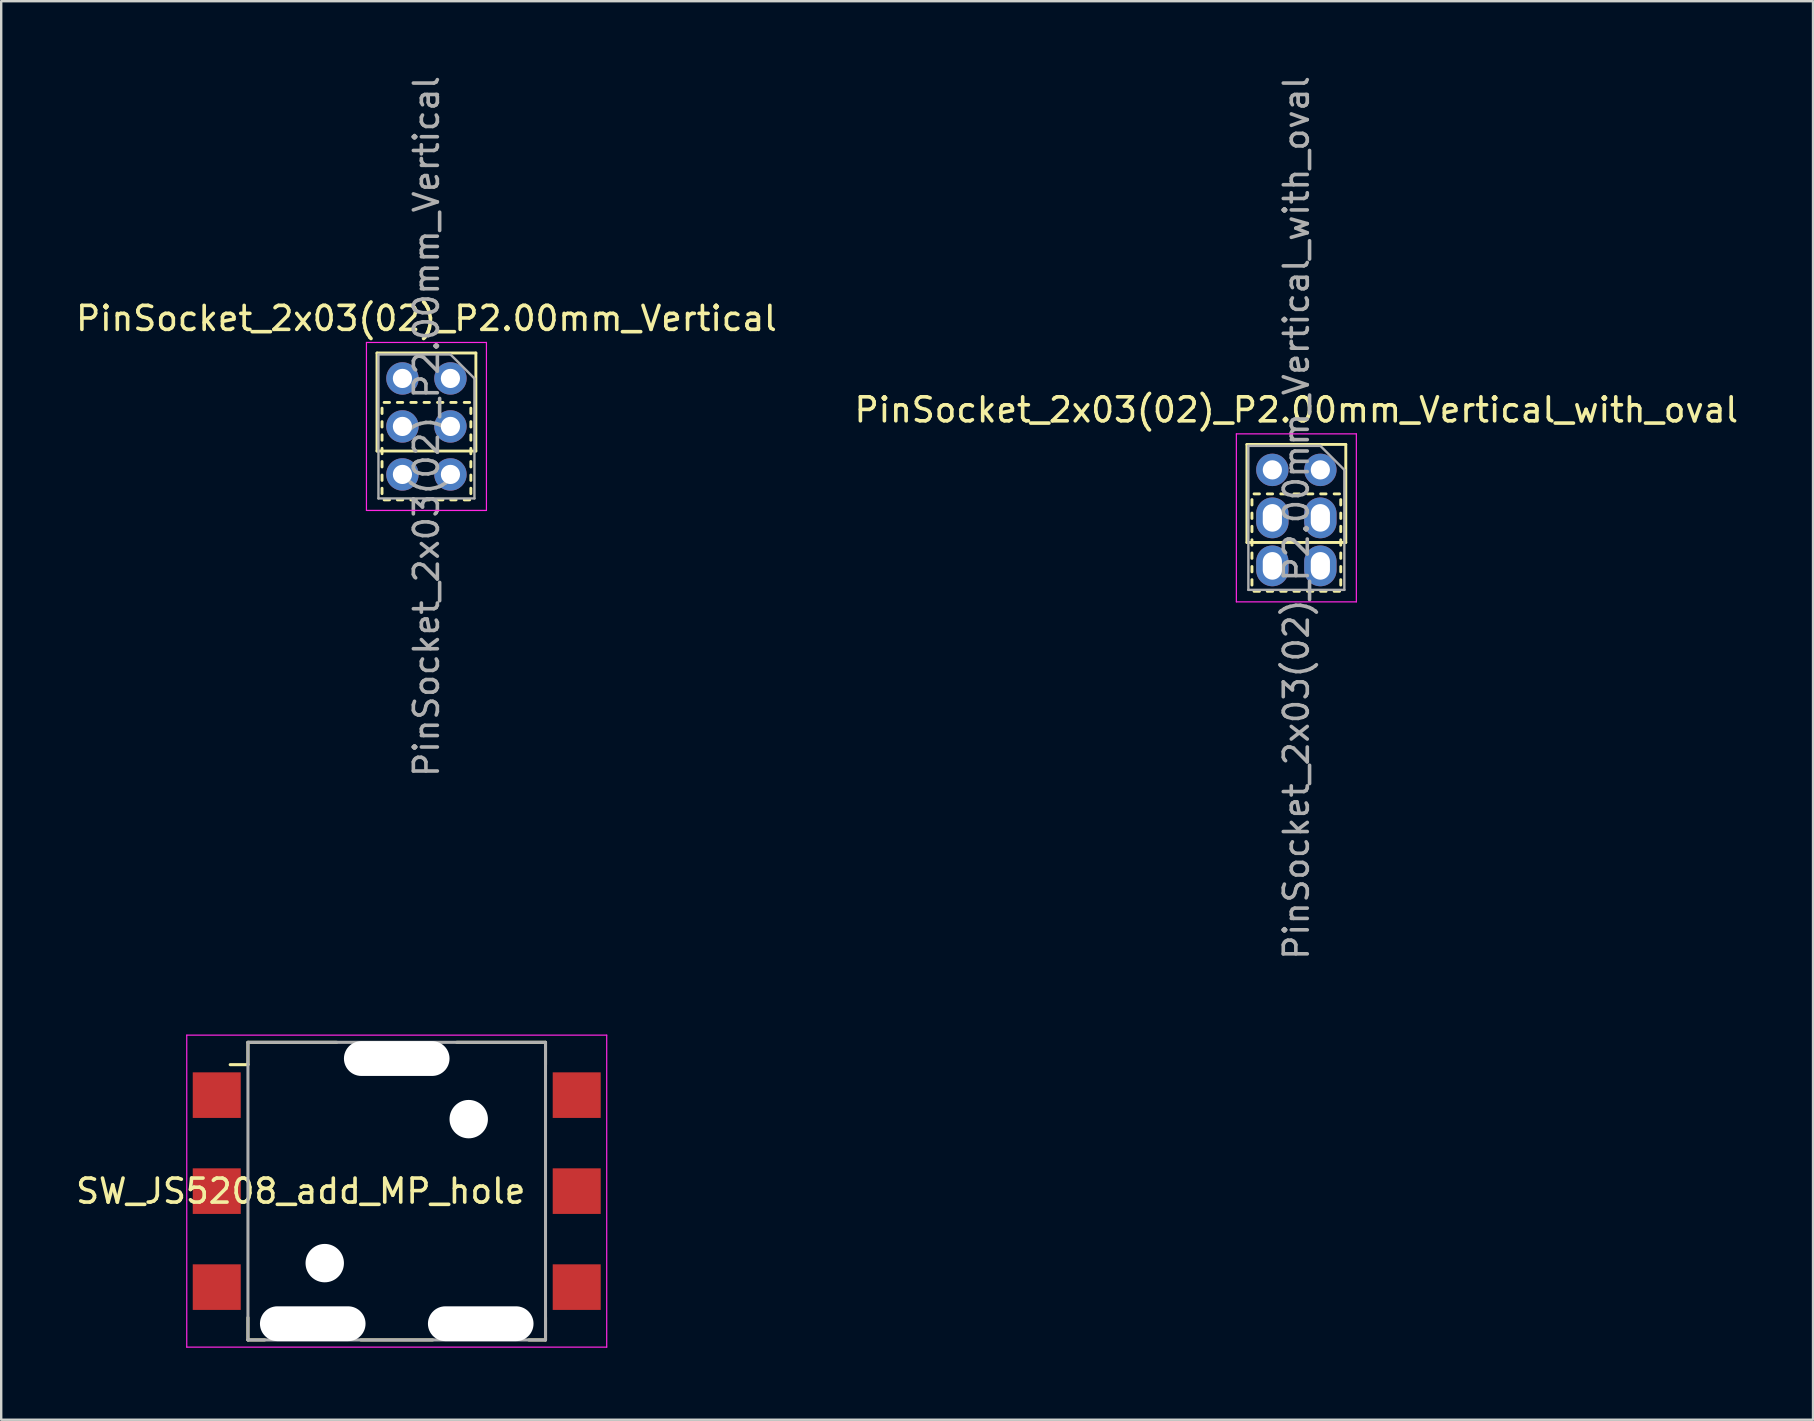
<source format=kicad_pcb>
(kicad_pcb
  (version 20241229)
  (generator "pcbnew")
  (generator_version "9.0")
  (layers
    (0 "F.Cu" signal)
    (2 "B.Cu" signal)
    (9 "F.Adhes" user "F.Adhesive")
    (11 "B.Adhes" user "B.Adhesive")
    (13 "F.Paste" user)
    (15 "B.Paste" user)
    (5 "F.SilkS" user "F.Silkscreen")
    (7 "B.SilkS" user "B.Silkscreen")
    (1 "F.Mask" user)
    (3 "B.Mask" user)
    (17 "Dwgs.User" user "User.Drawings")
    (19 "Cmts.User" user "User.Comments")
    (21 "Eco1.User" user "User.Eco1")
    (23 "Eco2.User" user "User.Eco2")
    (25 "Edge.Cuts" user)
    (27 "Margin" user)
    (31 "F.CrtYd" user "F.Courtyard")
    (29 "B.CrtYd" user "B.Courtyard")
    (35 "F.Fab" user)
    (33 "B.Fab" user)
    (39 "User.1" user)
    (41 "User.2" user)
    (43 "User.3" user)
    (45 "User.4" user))
  (footprint "SW_JS5208_add_MP_hole"
    (layer "F.Cu")
    (at 13.482 46.585)
    (property "Reference" "SW_JS5208_add_MP_hole" (at -4 0 0) (layer "F.SilkS") (effects (font (size 1 1) (thickness 0.15))))
    (attr smd)
    (fp_line (start -6.2 -6.2) (end -2.5 -6.2) (stroke (width 0.127) (type solid)) (layer "F.SilkS"))
    (fp_line (start -6.2 -5.27) (end -6.94 -5.27) (stroke (width 0.127) (type solid)) (layer "F.SilkS"))
    (fp_line (start -6.2 -5.27) (end -6.2 -6.2) (stroke (width 0.127) (type solid)) (layer "F.SilkS"))
    (fp_line (start -6.2 5.27) (end -6.2 6.2) (stroke (width 0.127) (type solid)) (layer "F.SilkS"))
    (fp_line (start -6.2 6.2) (end -5.5 6.2) (stroke (width 0.127) (type solid)) (layer "F.SilkS"))
    (fp_line (start -1.5 6.2) (end 1.5 6.2) (stroke (width 0.127) (type solid)) (layer "F.SilkS"))
    (fp_line (start 2.5 -6.2) (end 6.2 -6.2) (stroke (width 0.127) (type solid)) (layer "F.SilkS"))
    (fp_line (start 5.5 6.2) (end 6.2 6.2) (stroke (width 0.127) (type solid)) (layer "F.SilkS"))
    (fp_line (start 6.2 -6.2) (end 6.2 -5.27) (stroke (width 0.127) (type solid)) (layer "F.SilkS"))
    (fp_line (start 6.2 6.2) (end 6.2 5.27) (stroke (width 0.127) (type solid)) (layer "F.SilkS"))
    (fp_line (start -8.75 -6.5) (end -8.75 6.5) (stroke (width 0.05) (type solid)) (layer "F.CrtYd"))
    (fp_line (start -8.75 6.5) (end 8.75 6.5) (stroke (width 0.05) (type solid)) (layer "F.CrtYd"))
    (fp_line (start 8.75 -6.5) (end -8.75 -6.5) (stroke (width 0.05) (type solid)) (layer "F.CrtYd"))
    (fp_line (start 8.75 6.5) (end 8.75 -6.5) (stroke (width 0.05) (type solid)) (layer "F.CrtYd"))
    (fp_line (start -6.2 -6.2) (end 6.2 -6.2) (stroke (width 0.127) (type solid)) (layer "F.Fab"))
    (fp_line (start -6.2 6.2) (end -6.2 -6.2) (stroke (width 0.127) (type solid)) (layer "F.Fab"))
    (fp_line (start 6.2 -6.2) (end 6.2 6.2) (stroke (width 0.127) (type solid)) (layer "F.Fab"))
    (fp_line (start 6.2 6.2) (end -6.2 6.2) (stroke (width 0.127) (type solid)) (layer "F.Fab"))
    (pad "" np_thru_hole oval (at -3.5 5.525) (size 4.4 1.45) (drill oval 4.4 1.45) (layers "*.Cu" "*.Mask"))
    (pad "" np_thru_hole circle (at -3 3) (size 1.6 1.6) (drill 1.6) (layers "*.Cu" "*.Mask"))
    (pad "" np_thru_hole oval (at 0 -5.525) (size 4.4 1.45) (drill oval 4.4 1.45) (layers "*.Cu" "*.Mask"))
    (pad "" np_thru_hole circle (at 3 -3) (size 1.6 1.6) (drill 1.6) (layers "*.Cu" "*.Mask"))
    (pad "" np_thru_hole oval (at 3.5 5.525) (size 4.4 1.45) (drill oval 4.4 1.45) (layers "*.Cu" "*.Mask"))
    (pad "1" smd rect (at -7.5 -4) (size 2 1.9) (layers "F.Cu" "F.Mask" "F.Paste"))
    (pad "2" smd rect (at -7.5 0) (size 2 1.9) (layers "F.Cu" "F.Mask" "F.Paste"))
    (pad "3" smd rect (at -7.5 4) (size 2 1.9) (layers "F.Cu" "F.Mask" "F.Paste"))
    (pad "4" smd rect (at 7.5 -4) (size 2 1.9) (layers "F.Cu" "F.Mask" "F.Paste"))
    (pad "5" smd rect (at 7.5 0) (size 2 1.9) (layers "F.Cu" "F.Mask" "F.Paste"))
    (pad "6" smd rect (at 7.5 4) (size 2 1.9) (layers "F.Cu" "F.Mask" "F.Paste")))
  (footprint "PinSocket_2x03(02)_P2.00mm_Vertical_with_oval"
    (layer "F.Cu")
    (at 51.97 16.53)
    (property "Reference" "PinSocket_2x03(02)_P2.00mm_Vertical_with_oval" (at -1 -2.5 0) (layer "F.SilkS") (effects (font (size 1 1) (thickness 0.15))))
    (attr through_hole)
    (fp_line (start -3.06 -1.06) (end -3.06 3.025) (stroke (width 0.12) (type solid)) (layer "F.SilkS"))
    (fp_line (start -3.06 -1.06) (end 1.06 -1.06) (stroke (width 0.12) (type solid)) (layer "F.SilkS"))
    (fp_line (start -3.06 3.025) (end 1.06 3.025) (stroke (width 0.12) (type solid)) (layer "F.SilkS"))
    (fp_line (start -2.85 1.238) (end -2.85 1.462) (stroke (width 0.12) (type solid)) (layer "F.SilkS"))
    (fp_line (start -2.85 1.8) (end -2.85 2.025) (stroke (width 0.12) (type solid)) (layer "F.SilkS"))
    (fp_line (start -2.85 2.35) (end -2.85 2.575) (stroke (width 0.12) (type solid)) (layer "F.SilkS"))
    (fp_line (start -2.85 2.913) (end -2.85 3.138) (stroke (width 0.12) (type solid)) (layer "F.SilkS"))
    (fp_line (start -2.85 3.462) (end -2.85 3.688) (stroke (width 0.12) (type solid)) (layer "F.SilkS"))
    (fp_line (start -2.85 4.025) (end -2.85 4.25) (stroke (width 0.12) (type solid)) (layer "F.SilkS"))
    (fp_line (start -2.85 4.575) (end -2.85 4.8) (stroke (width 0.12) (type solid)) (layer "F.SilkS"))
    (fp_line (start -2.538 1) (end -2.763 1) (stroke (width 0.12) (type solid)) (layer "F.SilkS"))
    (fp_line (start -2.538 5.06) (end -2.763 5.06) (stroke (width 0.12) (type solid)) (layer "F.SilkS"))
    (fp_line (start -1.988 1) (end -2.212 1) (stroke (width 0.12) (type solid)) (layer "F.SilkS"))
    (fp_line (start -1.988 5.06) (end -2.212 5.06) (stroke (width 0.12) (type solid)) (layer "F.SilkS"))
    (fp_line (start -1.425 1) (end -1.65 1) (stroke (width 0.12) (type solid)) (layer "F.SilkS"))
    (fp_line (start -1.425 5.06) (end -1.65 5.06) (stroke (width 0.12) (type solid)) (layer "F.SilkS"))
    (fp_line (start -0.875 1) (end -1.1 1) (stroke (width 0.12) (type solid)) (layer "F.SilkS"))
    (fp_line (start -0.875 5.06) (end -1.1 5.06) (stroke (width 0.12) (type solid)) (layer "F.SilkS"))
    (fp_line (start -0.312 1) (end -0.537 1) (stroke (width 0.12) (type solid)) (layer "F.SilkS"))
    (fp_line (start -0.312 5.06) (end -0.537 5.06) (stroke (width 0.12) (type solid)) (layer "F.SilkS"))
    (fp_line (start 0.237 1) (end 0.013 1) (stroke (width 0.12) (type solid)) (layer "F.SilkS"))
    (fp_line (start 0.237 5.06) (end 0.013 5.06) (stroke (width 0.12) (type solid)) (layer "F.SilkS"))
    (fp_line (start 0.8 1) (end 0.575 1) (stroke (width 0.12) (type solid)) (layer "F.SilkS"))
    (fp_line (start 0.8 5.06) (end 0.575 5.06) (stroke (width 0.12) (type solid)) (layer "F.SilkS"))
    (fp_line (start 0.85 1.238) (end 0.85 1.462) (stroke (width 0.12) (type solid)) (layer "F.SilkS"))
    (fp_line (start 0.85 1.8) (end 0.85 2.025) (stroke (width 0.12) (type solid)) (layer "F.SilkS"))
    (fp_line (start 0.85 2.35) (end 0.85 2.575) (stroke (width 0.12) (type solid)) (layer "F.SilkS"))
    (fp_line (start 0.85 2.913) (end 0.85 3.138) (stroke (width 0.12) (type solid)) (layer "F.SilkS"))
    (fp_line (start 0.85 3.462) (end 0.85 3.688) (stroke (width 0.12) (type solid)) (layer "F.SilkS"))
    (fp_line (start 0.85 4.025) (end 0.85 4.25) (stroke (width 0.12) (type solid)) (layer "F.SilkS"))
    (fp_line (start 0.85 4.575) (end 0.85 4.8) (stroke (width 0.12) (type solid)) (layer "F.SilkS"))
    (fp_line (start 1.06 -1.06) (end 1.06 3.025) (stroke (width 0.12) (type solid)) (layer "F.SilkS"))
    (fp_line (start -3.5 -1.5) (end 1.5 -1.5) (stroke (width 0.05) (type solid)) (layer "F.CrtYd"))
    (fp_line (start -3.5 5.5) (end -3.5 -1.5) (stroke (width 0.05) (type solid)) (layer "F.CrtYd"))
    (fp_line (start 1.5 -1.5) (end 1.5 5.5) (stroke (width 0.05) (type solid)) (layer "F.CrtYd"))
    (fp_line (start 1.5 5.5) (end -3.5 5.5) (stroke (width 0.05) (type solid)) (layer "F.CrtYd"))
    (fp_line (start -3 -1) (end 0 -1) (stroke (width 0.1) (type solid)) (layer "F.Fab"))
    (fp_line (start -3 5) (end -3 -1) (stroke (width 0.1) (type solid)) (layer "F.Fab"))
    (fp_line (start 0 -1) (end 1 0) (stroke (width 0.1) (type solid)) (layer "F.Fab"))
    (fp_line (start 1 0) (end 1 5) (stroke (width 0.1) (type solid)) (layer "F.Fab"))
    (fp_line (start 1 5) (end -3 5) (stroke (width 0.1) (type solid)) (layer "F.Fab"))
    (fp_text user "${REFERENCE}" (at -1 2 90) (layer "F.Fab") (effects (font (size 1 1) (thickness 0.15))))
    (pad "1" thru_hole oval (at 0 0) (size 1.35 1.35) (drill 0.8) (layers "*.Cu" "*.Mask"))
    (pad "1" thru_hole oval (at 0 4 90) (size 1.7 1.35) (drill oval 1.15 0.8) (layers "*.Cu" "*.Mask"))
    (pad "2" thru_hole oval (at -2 0) (size 1.35 1.35) (drill 0.8) (layers "*.Cu" "*.Mask"))
    (pad "2" thru_hole oval (at -2 4 90) (size 1.7 1.35) (drill oval 1.15 0.8) (layers "*.Cu" "*.Mask"))
    (pad "3" thru_hole oval (at 0 2 90) (size 1.7 1.35) (drill oval 1.15 0.8) (layers "*.Cu" "*.Mask"))
    (pad "4" thru_hole oval (at -2 2 90) (size 1.7 1.35) (drill oval 1.15 0.8) (layers "*.Cu" "*.Mask")))
  (footprint "PinSocket_2x03(02)_P2.00mm_Vertical"
    (layer "F.Cu")
    (at 15.72 12.72)
    (property "Reference" "PinSocket_2x03(02)_P2.00mm_Vertical" (at -1 -2.5 0) (layer "F.SilkS") (effects (font (size 1 1) (thickness 0.15))))
    (attr through_hole)
    (fp_line (start -3.06 -1.06) (end -3.06 3.025) (stroke (width 0.12) (type solid)) (layer "F.SilkS"))
    (fp_line (start -3.06 -1.06) (end 1.06 -1.06) (stroke (width 0.12) (type solid)) (layer "F.SilkS"))
    (fp_line (start -3.06 3.025) (end 1.06 3.025) (stroke (width 0.12) (type solid)) (layer "F.SilkS"))
    (fp_line (start -2.85 1.238) (end -2.85 1.462) (stroke (width 0.12) (type solid)) (layer "F.SilkS"))
    (fp_line (start -2.85 1.8) (end -2.85 2.025) (stroke (width 0.12) (type solid)) (layer "F.SilkS"))
    (fp_line (start -2.85 2.35) (end -2.85 2.575) (stroke (width 0.12) (type solid)) (layer "F.SilkS"))
    (fp_line (start -2.85 2.913) (end -2.85 3.138) (stroke (width 0.12) (type solid)) (layer "F.SilkS"))
    (fp_line (start -2.85 3.462) (end -2.85 3.688) (stroke (width 0.12) (type solid)) (layer "F.SilkS"))
    (fp_line (start -2.85 4.025) (end -2.85 4.25) (stroke (width 0.12) (type solid)) (layer "F.SilkS"))
    (fp_line (start -2.85 4.575) (end -2.85 4.8) (stroke (width 0.12) (type solid)) (layer "F.SilkS"))
    (fp_line (start -2.538 1) (end -2.763 1) (stroke (width 0.12) (type solid)) (layer "F.SilkS"))
    (fp_line (start -2.538 5.06) (end -2.763 5.06) (stroke (width 0.12) (type solid)) (layer "F.SilkS"))
    (fp_line (start -1.988 1) (end -2.212 1) (stroke (width 0.12) (type solid)) (layer "F.SilkS"))
    (fp_line (start -1.988 5.06) (end -2.212 5.06) (stroke (width 0.12) (type solid)) (layer "F.SilkS"))
    (fp_line (start -1.425 1) (end -1.65 1) (stroke (width 0.12) (type solid)) (layer "F.SilkS"))
    (fp_line (start -1.425 5.06) (end -1.65 5.06) (stroke (width 0.12) (type solid)) (layer "F.SilkS"))
    (fp_line (start -0.875 1) (end -1.1 1) (stroke (width 0.12) (type solid)) (layer "F.SilkS"))
    (fp_line (start -0.875 5.06) (end -1.1 5.06) (stroke (width 0.12) (type solid)) (layer "F.SilkS"))
    (fp_line (start -0.312 1) (end -0.537 1) (stroke (width 0.12) (type solid)) (layer "F.SilkS"))
    (fp_line (start -0.312 5.06) (end -0.537 5.06) (stroke (width 0.12) (type solid)) (layer "F.SilkS"))
    (fp_line (start 0.237 1) (end 0.013 1) (stroke (width 0.12) (type solid)) (layer "F.SilkS"))
    (fp_line (start 0.237 5.06) (end 0.013 5.06) (stroke (width 0.12) (type solid)) (layer "F.SilkS"))
    (fp_line (start 0.8 1) (end 0.575 1) (stroke (width 0.12) (type solid)) (layer "F.SilkS"))
    (fp_line (start 0.8 5.06) (end 0.575 5.06) (stroke (width 0.12) (type solid)) (layer "F.SilkS"))
    (fp_line (start 0.85 1.238) (end 0.85 1.462) (stroke (width 0.12) (type solid)) (layer "F.SilkS"))
    (fp_line (start 0.85 1.8) (end 0.85 2.025) (stroke (width 0.12) (type solid)) (layer "F.SilkS"))
    (fp_line (start 0.85 2.35) (end 0.85 2.575) (stroke (width 0.12) (type solid)) (layer "F.SilkS"))
    (fp_line (start 0.85 2.913) (end 0.85 3.138) (stroke (width 0.12) (type solid)) (layer "F.SilkS"))
    (fp_line (start 0.85 3.462) (end 0.85 3.688) (stroke (width 0.12) (type solid)) (layer "F.SilkS"))
    (fp_line (start 0.85 4.025) (end 0.85 4.25) (stroke (width 0.12) (type solid)) (layer "F.SilkS"))
    (fp_line (start 0.85 4.575) (end 0.85 4.8) (stroke (width 0.12) (type solid)) (layer "F.SilkS"))
    (fp_line (start 1.06 -1.06) (end 1.06 3.025) (stroke (width 0.12) (type solid)) (layer "F.SilkS"))
    (fp_line (start -3.5 -1.5) (end 1.5 -1.5) (stroke (width 0.05) (type solid)) (layer "F.CrtYd"))
    (fp_line (start -3.5 5.5) (end -3.5 -1.5) (stroke (width 0.05) (type solid)) (layer "F.CrtYd"))
    (fp_line (start 1.5 -1.5) (end 1.5 5.5) (stroke (width 0.05) (type solid)) (layer "F.CrtYd"))
    (fp_line (start 1.5 5.5) (end -3.5 5.5) (stroke (width 0.05) (type solid)) (layer "F.CrtYd"))
    (fp_line (start -3 -1) (end 0 -1) (stroke (width 0.1) (type solid)) (layer "F.Fab"))
    (fp_line (start -3 5) (end -3 -1) (stroke (width 0.1) (type solid)) (layer "F.Fab"))
    (fp_line (start 0 -1) (end 1 0) (stroke (width 0.1) (type solid)) (layer "F.Fab"))
    (fp_line (start 1 0) (end 1 5) (stroke (width 0.1) (type solid)) (layer "F.Fab"))
    (fp_line (start 1 5) (end -3 5) (stroke (width 0.1) (type solid)) (layer "F.Fab"))
    (fp_text user "${REFERENCE}" (at -1 2 90) (layer "F.Fab") (effects (font (size 1 1) (thickness 0.15))))
    (pad "1" thru_hole oval (at 0 0) (size 1.35 1.35) (drill 0.8) (layers "*.Cu" "*.Mask"))
    (pad "1" thru_hole oval (at 0 4) (size 1.35 1.35) (drill 0.8) (layers "*.Cu" "*.Mask"))
    (pad "2" thru_hole oval (at -2 0) (size 1.35 1.35) (drill 0.8) (layers "*.Cu" "*.Mask"))
    (pad "2" thru_hole oval (at -2 4) (size 1.35 1.35) (drill 0.8) (layers "*.Cu" "*.Mask"))
    (pad "3" thru_hole oval (at 0 2) (size 1.35 1.35) (drill 0.8) (layers "*.Cu" "*.Mask"))
    (pad "4" thru_hole oval (at -2 2) (size 1.35 1.35) (drill 0.8) (layers "*.Cu" "*.Mask")))
  (gr_rect
    (start -3 -3)
    (end 72.5 56.11)
    (stroke (width 0.1) (type default))
    (fill no)
    (layer "Edge.Cuts")))
</source>
